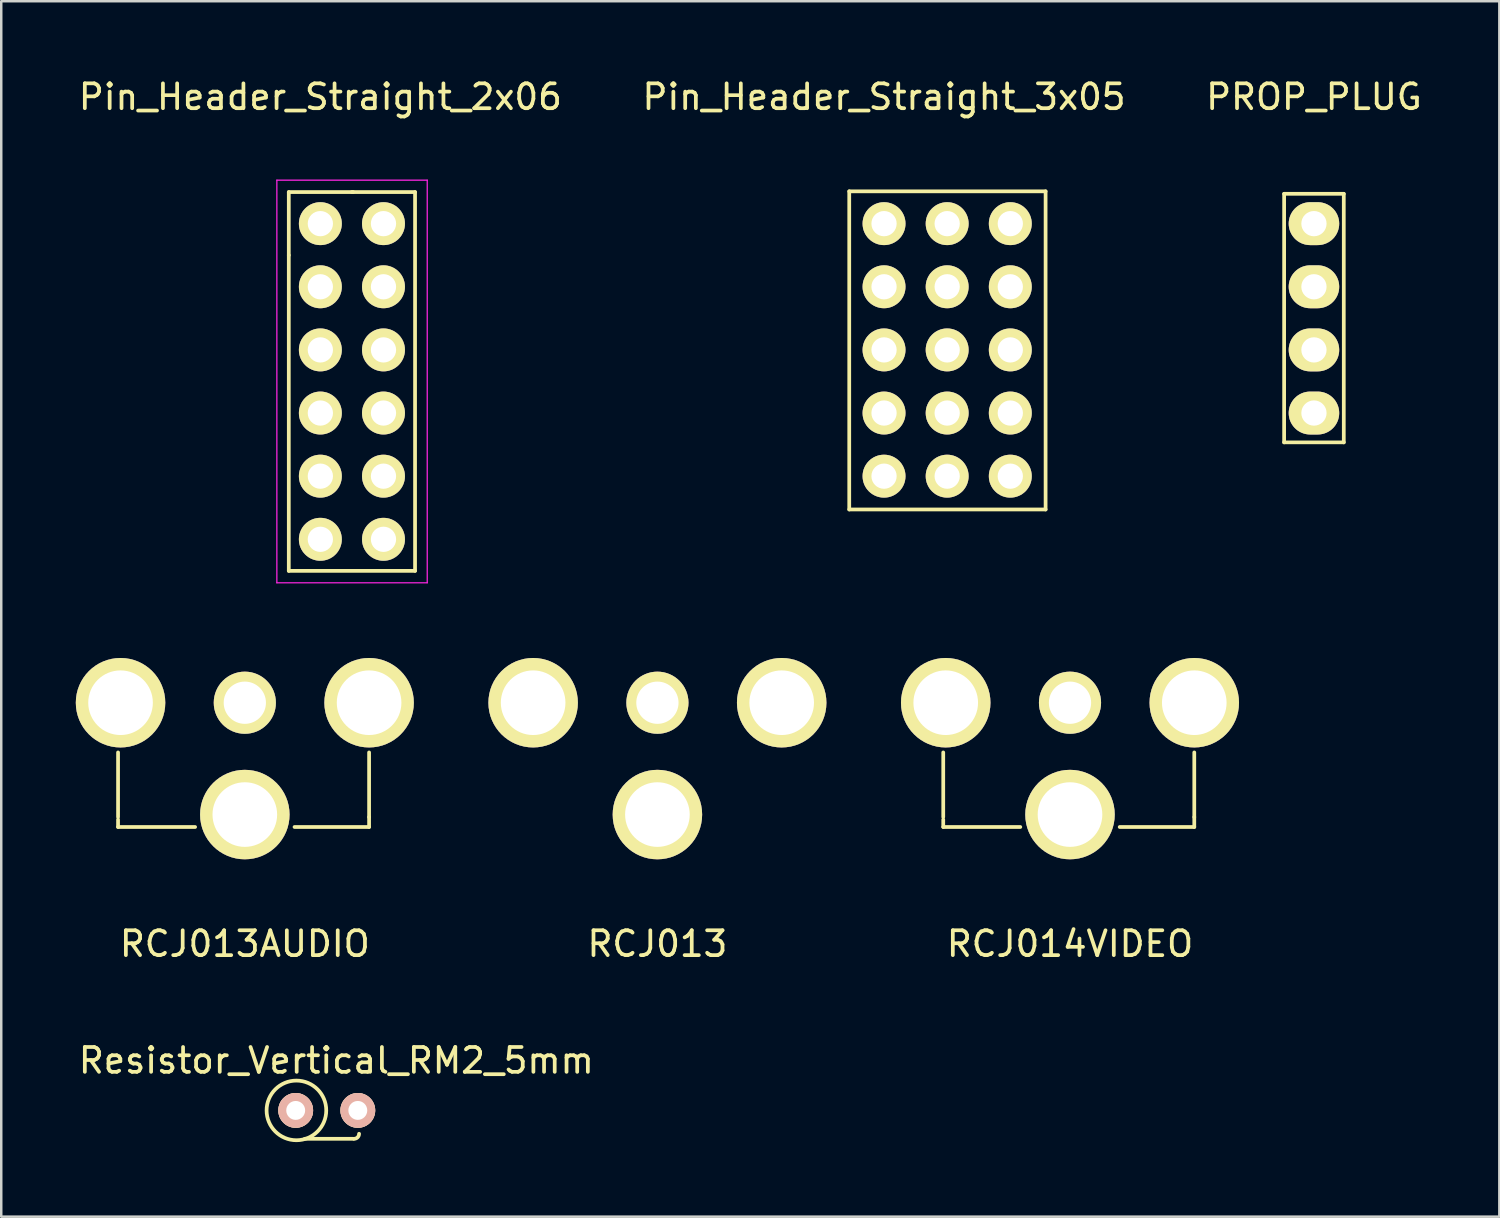
<source format=kicad_pcb>
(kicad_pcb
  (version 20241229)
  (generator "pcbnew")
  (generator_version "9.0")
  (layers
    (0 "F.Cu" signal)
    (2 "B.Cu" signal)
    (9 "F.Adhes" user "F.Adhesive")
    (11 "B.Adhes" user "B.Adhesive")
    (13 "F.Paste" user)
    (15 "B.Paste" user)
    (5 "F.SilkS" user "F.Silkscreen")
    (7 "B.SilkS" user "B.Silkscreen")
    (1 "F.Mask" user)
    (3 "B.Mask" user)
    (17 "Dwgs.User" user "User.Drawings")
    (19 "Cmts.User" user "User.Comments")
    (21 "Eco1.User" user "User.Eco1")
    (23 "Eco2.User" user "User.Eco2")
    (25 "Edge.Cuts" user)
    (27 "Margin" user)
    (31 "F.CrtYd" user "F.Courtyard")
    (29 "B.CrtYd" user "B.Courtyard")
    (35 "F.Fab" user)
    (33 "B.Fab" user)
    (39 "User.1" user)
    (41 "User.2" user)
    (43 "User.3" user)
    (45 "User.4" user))
  (footprint "Pin_Header_Straight_2x06"
    (layer "F.Cu")
    (at 9.839 5.948)
    (property "Reference" "Pin_Header_Straight_2x06" (at 0 -5.1 0) (layer "F.SilkS") (effects (font (size 1 1) (thickness 0.15))))
    (attr through_hole)
    (fp_line (start -1.27 -1.27) (end 1.321 -1.27) (stroke (width 0.15) (type solid)) (layer "F.SilkS"))
    (fp_line (start -1.27 1.27) (end -1.27 -1.27) (stroke (width 0.15) (type solid)) (layer "F.SilkS"))
    (fp_line (start -1.27 1.27) (end -1.27 13.97) (stroke (width 0.15) (type solid)) (layer "F.SilkS"))
    (fp_line (start 3.81 -1.27) (end 1.27 -1.27) (stroke (width 0.15) (type solid)) (layer "F.SilkS"))
    (fp_line (start 3.81 13.97) (end -1.27 13.97) (stroke (width 0.15) (type solid)) (layer "F.SilkS"))
    (fp_line (start 3.81 13.97) (end 3.81 -1.27) (stroke (width 0.15) (type solid)) (layer "F.SilkS"))
    (fp_line (start -1.75 -1.75) (end -1.75 14.45) (stroke (width 0.05) (type solid)) (layer "F.CrtYd"))
    (fp_line (start -1.75 -1.75) (end 4.3 -1.75) (stroke (width 0.05) (type solid)) (layer "F.CrtYd"))
    (fp_line (start -1.75 14.45) (end 4.3 14.45) (stroke (width 0.05) (type solid)) (layer "F.CrtYd"))
    (fp_line (start 4.3 -1.75) (end 4.3 14.45) (stroke (width 0.05) (type solid)) (layer "F.CrtYd"))
    (pad "1" thru_hole circle (at 0 0) (size 1.727 1.727) (drill 1.016) (layers "*.Cu" "*.Mask" "F.SilkS"))
    (pad "2" thru_hole oval (at 2.54 0) (size 1.727 1.727) (drill 1.016) (layers "*.Cu" "*.Mask" "F.SilkS"))
    (pad "3" thru_hole oval (at 0 2.54) (size 1.727 1.727) (drill 1.016) (layers "*.Cu" "*.Mask" "F.SilkS"))
    (pad "4" thru_hole oval (at 2.54 2.54) (size 1.727 1.727) (drill 1.016) (layers "*.Cu" "*.Mask" "F.SilkS"))
    (pad "5" thru_hole oval (at 0 5.08) (size 1.727 1.727) (drill 1.016) (layers "*.Cu" "*.Mask" "F.SilkS"))
    (pad "6" thru_hole oval (at 2.54 5.08) (size 1.727 1.727) (drill 1.016) (layers "*.Cu" "*.Mask" "F.SilkS"))
    (pad "7" thru_hole oval (at 0 7.62) (size 1.727 1.727) (drill 1.016) (layers "*.Cu" "*.Mask" "F.SilkS"))
    (pad "8" thru_hole oval (at 2.54 7.62) (size 1.727 1.727) (drill 1.016) (layers "*.Cu" "*.Mask" "F.SilkS"))
    (pad "9" thru_hole oval (at 0 10.16) (size 1.727 1.727) (drill 1.016) (layers "*.Cu" "*.Mask" "F.SilkS"))
    (pad "10" thru_hole oval (at 2.54 10.16) (size 1.727 1.727) (drill 1.016) (layers "*.Cu" "*.Mask" "F.SilkS"))
    (pad "11" thru_hole oval (at 0 12.7) (size 1.727 1.727) (drill 1.016) (layers "*.Cu" "*.Mask" "F.SilkS"))
    (pad "12" thru_hole oval (at 2.54 12.7) (size 1.727 1.727) (drill 1.016) (layers "*.Cu" "*.Mask" "F.SilkS")))
  (footprint "RCJ013AUDIO"
    (layer "F.Cu")
    (at 6.8 25.223)
    (property "Reference" "RCJ013AUDIO" (at 0 9.7 0) (layer "F.SilkS") (effects (font (size 1 1) (thickness 0.15))))
    (attr through_hole)
    (fp_line (start -5.1 4.6) (end -5.1 2) (stroke (width 0.15) (type solid)) (layer "F.SilkS"))
    (fp_line (start -5.1 5) (end -5.1 4.7) (stroke (width 0.15) (type solid)) (layer "F.SilkS"))
    (fp_line (start -2 5) (end -5.1 5) (stroke (width 0.15) (type solid)) (layer "F.SilkS"))
    (fp_line (start 5 2) (end 5 4.6) (stroke (width 0.15) (type solid)) (layer "F.SilkS"))
    (fp_line (start 5 5) (end 2 5) (stroke (width 0.15) (type solid)) (layer "F.SilkS"))
    (fp_line (start 5 5) (end 5 4.6) (stroke (width 0.15) (type solid)) (layer "F.SilkS"))
    (pad "1" thru_hole circle (at -5 0) (size 3.6 3.6) (drill 2.6) (layers "*.Cu" "*.Mask" "F.SilkS"))
    (pad "1" thru_hole circle (at 0 4.5) (size 3.6 3.6) (drill 2.6) (layers "*.Cu" "*.Mask" "F.SilkS"))
    (pad "1" thru_hole circle (at 5 0) (size 3.6 3.6) (drill 2.6) (layers "*.Cu" "*.Mask" "F.SilkS"))
    (pad "2" thru_hole circle (at 0 0) (size 2.5 2.5) (drill 1.7) (layers "*.Cu" "*.Mask" "F.SilkS")))
  (footprint "RCJ013"
    (layer "F.Cu")
    (at 23.4 25.223)
    (property "Reference" "RCJ013" (at 0 9.7 0) (layer "F.SilkS") (effects (font (size 1 1) (thickness 0.15))))
    (attr through_hole)
    (pad "1" thru_hole circle (at -5 0) (size 3.6 3.6) (drill 2.6) (layers "*.Cu" "*.Mask" "F.SilkS"))
    (pad "1" thru_hole circle (at 0 0) (size 2.5 2.5) (drill 1.7) (layers "*.Cu" "*.Mask" "F.SilkS"))
    (pad "1" thru_hole circle (at 0 4.5) (size 3.6 3.6) (drill 2.6) (layers "*.Cu" "*.Mask" "F.SilkS"))
    (pad "1" thru_hole circle (at 5 0) (size 3.6 3.6) (drill 2.6) (layers "*.Cu" "*.Mask" "F.SilkS")))
  (footprint "Pin_Header_Straight_3x05"
    (layer "F.Cu")
    (at 32.518 5.948)
    (property "Reference" "Pin_Header_Straight_3x05" (at 0 -5.1 0) (layer "F.SilkS") (effects (font (size 1 1) (thickness 0.15))))
    (attr through_hole)
    (fp_line (start -1.4 -1.3) (end -1.4 11.5) (stroke (width 0.15) (type solid)) (layer "F.SilkS"))
    (fp_line (start -1.4 11.5) (end 6.5 11.5) (stroke (width 0.15) (type solid)) (layer "F.SilkS"))
    (fp_line (start 6.5 -1.3) (end -1.4 -1.3) (stroke (width 0.15) (type solid)) (layer "F.SilkS"))
    (fp_line (start 6.5 11.5) (end 6.5 -1.3) (stroke (width 0.15) (type solid)) (layer "F.SilkS"))
    (pad "1" thru_hole circle (at 0 0) (size 1.727 1.727) (drill 1.016) (layers "*.Cu" "*.Mask" "F.SilkS"))
    (pad "2" thru_hole oval (at 2.54 0) (size 1.727 1.727) (drill 1.016) (layers "*.Cu" "*.Mask" "F.SilkS"))
    (pad "3" thru_hole oval (at 5.08 0) (size 1.727 1.727) (drill 1.016) (layers "*.Cu" "*.Mask" "F.SilkS"))
    (pad "4" thru_hole oval (at 0 2.54) (size 1.727 1.727) (drill 1.016) (layers "*.Cu" "*.Mask" "F.SilkS"))
    (pad "5" thru_hole oval (at 2.54 2.54) (size 1.727 1.727) (drill 1.016) (layers "*.Cu" "*.Mask" "F.SilkS"))
    (pad "6" thru_hole oval (at 5.08 2.54) (size 1.727 1.727) (drill 1.016) (layers "*.Cu" "*.Mask" "F.SilkS"))
    (pad "7" thru_hole oval (at 0 5.08) (size 1.727 1.727) (drill 1.016) (layers "*.Cu" "*.Mask" "F.SilkS"))
    (pad "8" thru_hole oval (at 2.54 5.08) (size 1.727 1.727) (drill 1.016) (layers "*.Cu" "*.Mask" "F.SilkS"))
    (pad "9" thru_hole oval (at 5.08 5.08) (size 1.727 1.727) (drill 1.016) (layers "*.Cu" "*.Mask" "F.SilkS"))
    (pad "10" thru_hole oval (at 0 7.62) (size 1.727 1.727) (drill 1.016) (layers "*.Cu" "*.Mask" "F.SilkS"))
    (pad "11" thru_hole oval (at 2.54 7.62) (size 1.727 1.727) (drill 1.016) (layers "*.Cu" "*.Mask" "F.SilkS"))
    (pad "12" thru_hole oval (at 5.08 7.62) (size 1.727 1.727) (drill 1.016) (layers "*.Cu" "*.Mask" "F.SilkS"))
    (pad "13" thru_hole oval (at 0 10.16) (size 1.727 1.727) (drill 1.016) (layers "*.Cu" "*.Mask" "F.SilkS"))
    (pad "14" thru_hole oval (at 2.54 10.16) (size 1.727 1.727) (drill 1.016) (layers "*.Cu" "*.Mask" "F.SilkS"))
    (pad "15" thru_hole oval (at 5.08 10.16) (size 1.727 1.727) (drill 1.016) (layers "*.Cu" "*.Mask" "F.SilkS")))
  (footprint "Resistor_Vertical_RM2_5mm"
    (layer "F.Cu")
    (at 11.346 41.626)
    (property "Reference" "Resistor_Vertical_RM2_5mm" (at -0.864 -2.007 0) (layer "F.SilkS") (effects (font (size 1 1) (thickness 0.15))))
    (attr through_hole)
    (fp_line (start -0.178 1.143) (end -2.134 1.143) (stroke (width 0.15) (type solid)) (layer "F.SilkS"))
    (fp_arc (start 0.0508 0.9398) (mid -0.008716 1.083484) (end -0.1524 1.143) (stroke (width 0.15) (type solid)) (layer "F.SilkS"))
    (fp_circle (center -2.47 0) (end -1.27 0) (stroke (width 0.15) (type solid)) (fill no) (layer "F.SilkS"))
    (pad "1" thru_hole circle (at -2.499 0) (size 1.4 1.4) (drill 0.76) (layers "*.Cu" "*.SilkS" "*.Mask"))
    (pad "2" thru_hole circle (at 0 0) (size 1.4 1.4) (drill 0.76) (layers "*.Cu" "*.SilkS" "*.Mask")))
  (footprint "RCJ014VIDEO"
    (layer "F.Cu")
    (at 40 25.223)
    (property "Reference" "RCJ014VIDEO" (at 0 9.7 0) (layer "F.SilkS") (effects (font (size 1 1) (thickness 0.15))))
    (attr through_hole)
    (fp_line (start -5.1 4.6) (end -5.1 2) (stroke (width 0.15) (type solid)) (layer "F.SilkS"))
    (fp_line (start -5.1 5) (end -5.1 4.7) (stroke (width 0.15) (type solid)) (layer "F.SilkS"))
    (fp_line (start -2 5) (end -5.1 5) (stroke (width 0.15) (type solid)) (layer "F.SilkS"))
    (fp_line (start 5 2) (end 5 4.6) (stroke (width 0.15) (type solid)) (layer "F.SilkS"))
    (fp_line (start 5 5) (end 2 5) (stroke (width 0.15) (type solid)) (layer "F.SilkS"))
    (fp_line (start 5 5) (end 5 4.6) (stroke (width 0.15) (type solid)) (layer "F.SilkS"))
    (pad "1" thru_hole circle (at -5 0) (size 3.6 3.6) (drill 2.6) (layers "*.Cu" "*.Mask" "F.SilkS"))
    (pad "1" thru_hole circle (at 0 4.5) (size 3.6 3.6) (drill 2.6) (layers "*.Cu" "*.Mask" "F.SilkS"))
    (pad "1" thru_hole circle (at 5 0) (size 3.6 3.6) (drill 2.6) (layers "*.Cu" "*.Mask" "F.SilkS"))
    (pad "2" thru_hole circle (at 0 0) (size 2.5 2.5) (drill 1.7) (layers "*.Cu" "*.Mask" "F.SilkS")))
  (footprint "PROP_PLUG"
    (layer "F.Cu")
    (at 49.815 5.948)
    (property "Reference" "PROP_PLUG" (at 0 -5.1 0) (layer "F.SilkS") (effects (font (size 1 1) (thickness 0.15))))
    (attr through_hole)
    (fp_line (start -1.2 -1.2) (end 1.2 -1.2) (stroke (width 0.15) (type solid)) (layer "F.SilkS"))
    (fp_line (start -1.2 8.8) (end -1.2 -1.2) (stroke (width 0.15) (type solid)) (layer "F.SilkS"))
    (fp_line (start 1.2 -1.2) (end 1.2 8.8) (stroke (width 0.15) (type solid)) (layer "F.SilkS"))
    (fp_line (start 1.2 8.8) (end -1.2 8.8) (stroke (width 0.15) (type solid)) (layer "F.SilkS"))
    (pad "1" thru_hole oval (at 0 0) (size 2.032 1.727) (drill 1.016) (layers "*.Cu" "*.Mask" "F.SilkS"))
    (pad "2" thru_hole oval (at 0 2.54) (size 2.032 1.727) (drill 1.016) (layers "*.Cu" "*.Mask" "F.SilkS"))
    (pad "3" thru_hole oval (at 0 5.08) (size 2.032 1.727) (drill 1.016) (layers "*.Cu" "*.Mask" "F.SilkS"))
    (pad "4" thru_hole oval (at 0 7.62) (size 2.032 1.727) (drill 1.016) (layers "*.Cu" "*.Mask" "F.SilkS")))
  (gr_rect
    (start -3 -3)
    (end 57.274 45.901)
    (stroke (width 0.1) (type default))
    (fill no)
    (layer "Edge.Cuts")))
</source>
